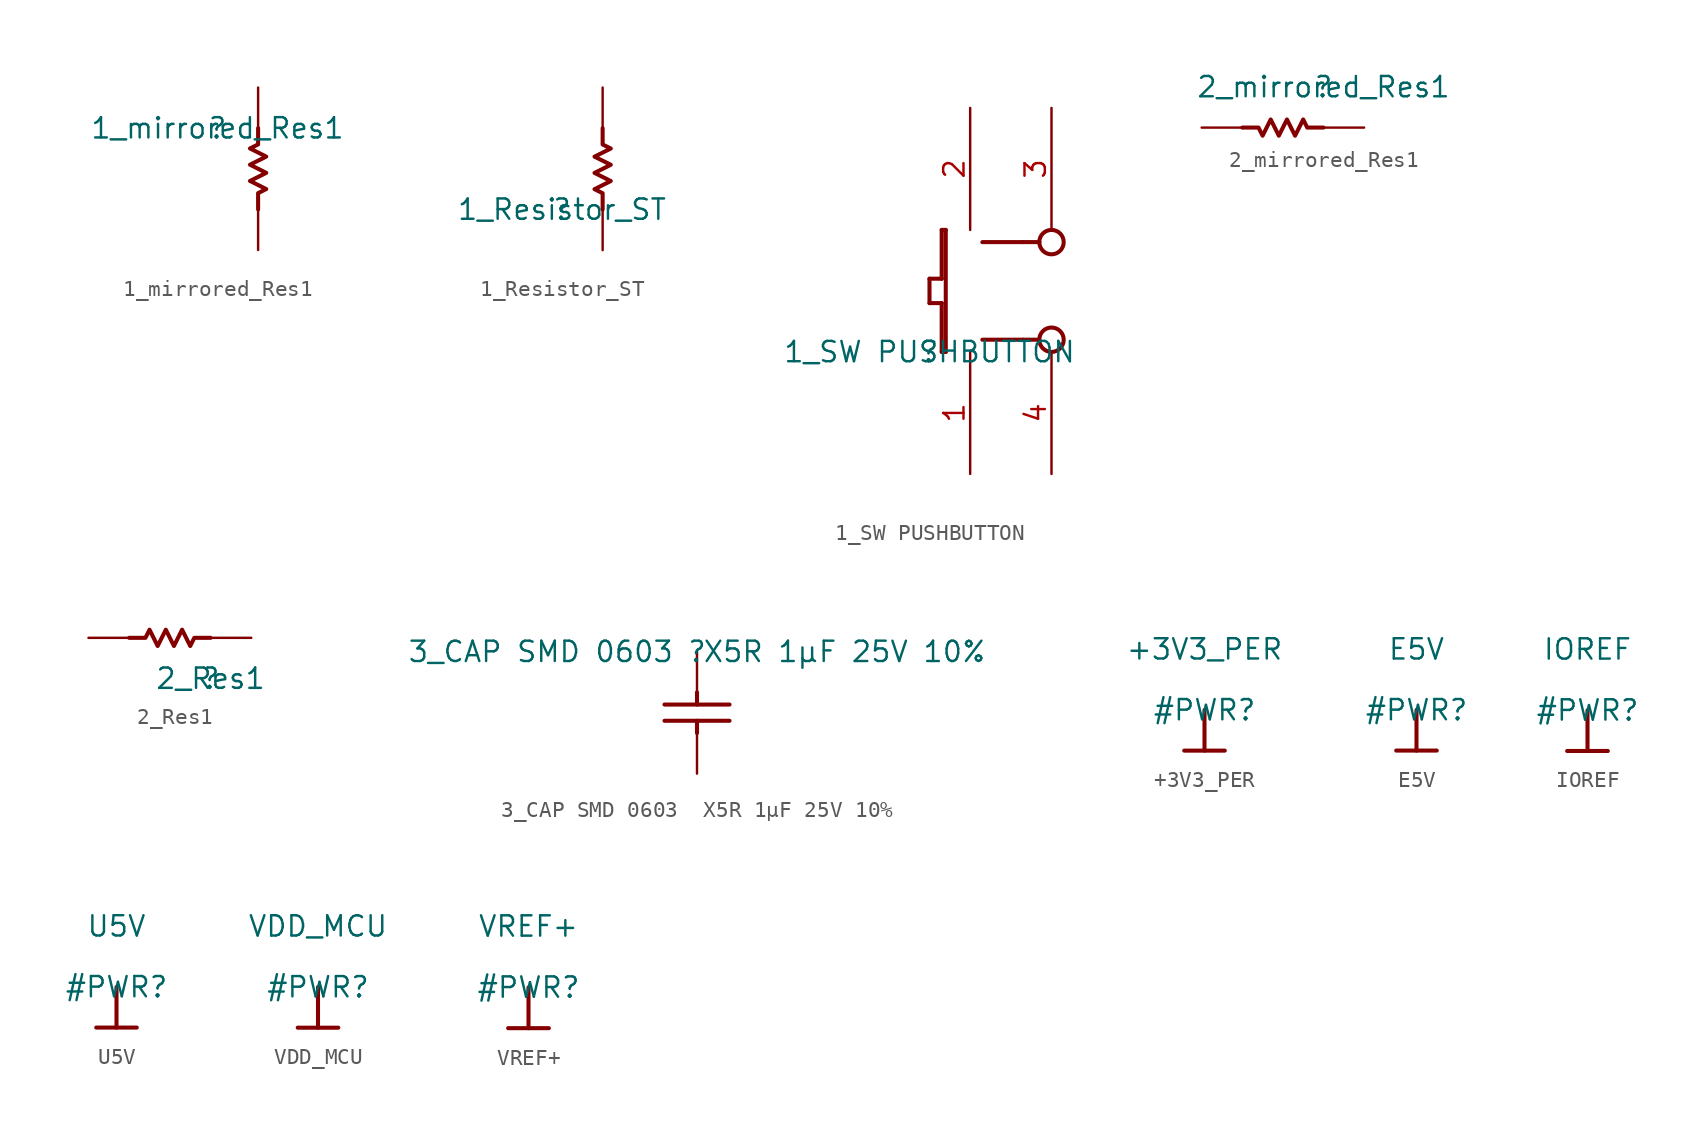
<source format=kicad_sym>
(kicad_symbol_lib
  (version 20211014)
  (generator kicad_symbol_editor)
  (symbol "1_mirrored_Res1"
    (property "Reference" ""
      (at 0 0 0)
      (effects (font (size 1.27 1.27))))
    (property "Value" "1_mirrored_Res1"
      (at 0 0 0)
      (effects (font (size 1.27 1.27))))
    (symbol "1_mirrored_Res1_1_0"
      (polyline (pts (xy 2.54 -5.08) (xy 2.54 -4.064) (xy 3.048 -3.81) (xy 2.032 -3.302) (xy 3.048 -2.794) (xy 2.032 -2.286) (xy 3.048 -1.778) (xy 2.032 -1.27) (xy 2.54 -1.016) (xy 2.54 0)) (stroke (width 0.254) (type default) (color 0 0 0 0)) (fill (type none)))
      (pin passive line (at 2.54 2.54 270) (length 2.54) (name "1" (effects (font (size 0 0)))) (number "1" (effects (font (size 0 0)))))
      (pin passive line (at 2.54 -7.62 90) (length 2.54) (name "2" (effects (font (size 0 0)))) (number "2" (effects (font (size 0 0)))))))
  (symbol "1_Resistor_ST"
    (property "Reference" ""
      (at 0 0 0)
      (effects (font (size 1.27 1.27))))
    (property "Value" "1_Resistor_ST"
      (at 0 0 0)
      (effects (font (size 1.27 1.27))))
    (symbol "1_Resistor_ST_1_0"
      (polyline (pts (xy 2.54 5.08) (xy 2.54 4.064) (xy 3.048 3.81) (xy 2.032 3.302) (xy 3.048 2.794) (xy 2.032 2.286) (xy 3.048 1.778) (xy 2.032 1.27) (xy 2.54 1.016) (xy 2.54 0)) (stroke (width 0.254) (type default) (color 0 0 0 0)) (fill (type none)))
      (pin passive line (at 2.54 -2.54 90) (length 2.54) (name "1" (effects (font (size 0 0)))) (number "1" (effects (font (size 0 0)))))
      (pin passive line (at 2.54 7.62 270) (length 2.54) (name "2" (effects (font (size 0 0)))) (number "2" (effects (font (size 0 0)))))))
  (symbol "1_SW PUSHBUTTON"
    (property "Reference" ""
      (at 0 0 0)
      (effects (font (size 1.27 1.27))))
    (property "Value" "1_SW PUSHBUTTON"
      (at 0 0 0)
      (effects (font (size 1.27 1.27))))
    (symbol "1_SW PUSHBUTTON_1_0"
      (polyline (pts (xy 0 3.048) (xy 0.762 3.048)) (stroke (width 0.254) (type default) (color 0 0 0 0)) (fill (type none)))
      (polyline (pts (xy 0 4.572) (xy 0 3.048)) (stroke (width 0.254) (type default) (color 0 0 0 0)) (fill (type none)))
      (polyline (pts (xy 0.762 0) (xy 1.016 0)) (stroke (width 0.254) (type default) (color 0 0 0 0)) (fill (type none)))
      (polyline (pts (xy 0.762 3.048) (xy 0.762 0)) (stroke (width 0.254) (type default) (color 0 0 0 0)) (fill (type none)))
      (polyline (pts (xy 0.762 4.572) (xy 0 4.572)) (stroke (width 0.254) (type default) (color 0 0 0 0)) (fill (type none)))
      (polyline (pts (xy 0.762 7.62) (xy 0.762 4.572)) (stroke (width 0.254) (type default) (color 0 0 0 0)) (fill (type none)))
      (polyline (pts (xy 1.016 0) (xy 1.016 7.62)) (stroke (width 0.254) (type default) (color 0 0 0 0)) (fill (type none)))
      (polyline (pts (xy 1.016 7.62) (xy 0.762 7.62)) (stroke (width 0.254) (type default) (color 0 0 0 0)) (fill (type none)))
      (polyline (pts (xy 3.302 0.762) (xy 5.842 0.762)) (stroke (width 0.254) (type default) (color 0 0 0 0)) (fill (type none)))
      (polyline (pts (xy 3.302 6.858) (xy 5.842 6.858)) (stroke (width 0.254) (type default) (color 0 0 0 0)) (fill (type none)))
      (polyline (pts (xy 5.842 0.762) (xy 6.858 0.762)) (stroke (width 0.254) (type default) (color 0 0 0 0)) (fill (type none)))
      (polyline (pts (xy 5.842 6.858) (xy 6.858 6.858)) (stroke (width 0.254) (type default) (color 0 0 0 0)) (fill (type none)))
      (circle (center 7.62 0.762) (radius 0.762) (stroke (width 0.254) (type default) (color 0 0 0 0)) (fill (type none)))
      (circle (center 7.62 6.858) (radius 0.762) (stroke (width 0.254) (type default) (color 0 0 0 0)) (fill (type none)))
      (pin passive line (at 2.54 -7.62 90) (length 7.62) (name "A0" (effects (font (size 0 0)))) (number "1" (effects (font (size 1.27 1.27)))))
      (pin passive line (at 2.54 15.24 270) (length 7.62) (name "B0" (effects (font (size 0 0)))) (number "2" (effects (font (size 1.27 1.27)))))
      (pin passive line (at 7.62 15.24 270) (length 7.62) (name "B1" (effects (font (size 0 0)))) (number "3" (effects (font (size 1.27 1.27)))))
      (pin passive line (at 7.62 -7.62 90) (length 7.62) (name "A1" (effects (font (size 0 0)))) (number "4" (effects (font (size 1.27 1.27)))))))
  (symbol "2_mirrored_Res1"
    (property "Reference" ""
      (at 0 0 0)
      (effects (font (size 1.27 1.27))))
    (property "Value" "2_mirrored_Res1"
      (at 0 0 0)
      (effects (font (size 1.27 1.27))))
    (symbol "2_mirrored_Res1_1_0"
      (polyline (pts (xy -5.08 -2.54) (xy -4.064 -2.54) (xy -3.81 -3.048) (xy -3.302 -2.032) (xy -2.794 -3.048) (xy -2.286 -2.032) (xy -1.778 -3.048) (xy -1.27 -2.032) (xy -1.016 -2.54) (xy 0 -2.54)) (stroke (width 0.254) (type default) (color 0 0 0 0)) (fill (type none)))
      (pin passive line (at 2.54 -2.54 180) (length 2.54) (name "1" (effects (font (size 0 0)))) (number "1" (effects (font (size 0 0)))))
      (pin passive line (at -7.62 -2.54 0) (length 2.54) (name "2" (effects (font (size 0 0)))) (number "2" (effects (font (size 0 0)))))))
  (symbol "2_Res1"
    (property "Reference" ""
      (at 0 0 0)
      (effects (font (size 1.27 1.27))))
    (property "Value" "2_Res1"
      (at 0 0 0)
      (effects (font (size 1.27 1.27))))
    (symbol "2_Res1_1_0"
      (polyline (pts (xy -5.08 2.54) (xy -4.064 2.54) (xy -3.81 3.048) (xy -3.302 2.032) (xy -2.794 3.048) (xy -2.286 2.032) (xy -1.778 3.048) (xy -1.27 2.032) (xy -1.016 2.54) (xy 0 2.54)) (stroke (width 0.254) (type default) (color 0 0 0 0)) (fill (type none)))
      (pin passive line (at 2.54 2.54 180) (length 2.54) (name "1" (effects (font (size 0 0)))) (number "1" (effects (font (size 0 0)))))
      (pin passive line (at -7.62 2.54 0) (length 2.54) (name "2" (effects (font (size 0 0)))) (number "2" (effects (font (size 0 0)))))))
  (symbol "3_CAP SMD 0603  X5R 1µF 25V 10%"
    (property "Reference" ""
      (at 0 0 0)
      (effects (font (size 1.27 1.27))))
    (property "Value" "3_CAP SMD 0603  X5R 1µF 25V 10%"
      (at 0 0 0)
      (effects (font (size 1.27 1.27))))
    (symbol "3_CAP SMD 0603  X5R 1µF 25V 10%_1_0"
      (polyline (pts (xy -2.032 -3.302) (xy 2.032 -3.302)) (stroke (width 0.254) (type default) (color 0 0 0 0)) (fill (type none)))
      (polyline (pts (xy 0 -5.08) (xy 0 -4.318)) (stroke (width 0.254) (type default) (color 0 0 0 0)) (fill (type none)))
      (polyline (pts (xy 0 -2.54) (xy 0 -3.302)) (stroke (width 0.254) (type default) (color 0 0 0 0)) (fill (type none)))
      (polyline (pts (xy 2.032 -4.318) (xy -2.032 -4.318)) (stroke (width 0.254) (type default) (color 0 0 0 0)) (fill (type none)))
      (pin passive line (at 0 0 270) (length 2.54) (name "1" (effects (font (size 0 0)))) (number "1" (effects (font (size 0 0)))))
      (pin passive line (at 0 -7.62 90) (length 2.54) (name "2" (effects (font (size 0 0)))) (number "2" (effects (font (size 0 0)))))))
  (symbol "+3V3_PER"
    (power)
    (property "Reference" "#PWR"
      (at 0 0 0)
      (effects (font (size 1.27 1.27))))
    (property "Value" "+3V3_PER"
      (at 0 3.81 0)
      (effects (font (size 1.27 1.27))))
    (symbol "+3V3_PER_0_0"
      (polyline (pts (xy -1.27 -2.54) (xy 1.27 -2.54)) (stroke (width 0.254) (type default) (color 0 0 0 0)) (fill (type none)))
      (polyline (pts (xy 0 0) (xy 0 -2.54)) (stroke (width 0.254) (type default) (color 0 0 0 0)) (fill (type none)))
      (pin power_in line (at 0 0 0) (length 0) hide (name "+3V3_PER" (effects (font (size 1.27 1.27)))) (number "" (effects (font (size 1.27 1.27)))))))
  (symbol "E5V"
    (power)
    (property "Reference" "#PWR"
      (at 0 0 0)
      (effects (font (size 1.27 1.27))))
    (property "Value" "E5V"
      (at 0 3.81 0)
      (effects (font (size 1.27 1.27))))
    (symbol "E5V_0_0"
      (polyline (pts (xy -1.27 -2.54) (xy 1.27 -2.54)) (stroke (width 0.254) (type default) (color 0 0 0 0)) (fill (type none)))
      (polyline (pts (xy 0 0) (xy 0 -2.54)) (stroke (width 0.254) (type default) (color 0 0 0 0)) (fill (type none)))
      (pin power_in line (at 0 0 0) (length 0) hide (name "E5V" (effects (font (size 1.27 1.27)))) (number "" (effects (font (size 1.27 1.27)))))))
  (symbol "IOREF"
    (power)
    (property "Reference" "#PWR"
      (at 0 0 0)
      (effects (font (size 1.27 1.27))))
    (property "Value" "IOREF"
      (at 0 3.81 0)
      (effects (font (size 1.27 1.27))))
    (symbol "IOREF_0_0"
      (polyline (pts (xy -1.27 -2.54) (xy 1.27 -2.54)) (stroke (width 0.254) (type default) (color 0 0 0 0)) (fill (type none)))
      (polyline (pts (xy 0 0) (xy 0 -2.54)) (stroke (width 0.254) (type default) (color 0 0 0 0)) (fill (type none)))
      (pin power_in line (at 0 0 0) (length 0) hide (name "IOREF" (effects (font (size 1.27 1.27)))) (number "" (effects (font (size 1.27 1.27)))))))
  (symbol "U5V"
    (power)
    (property "Reference" "#PWR"
      (at 0 0 0)
      (effects (font (size 1.27 1.27))))
    (property "Value" "U5V"
      (at 0 3.81 0)
      (effects (font (size 1.27 1.27))))
    (symbol "U5V_0_0"
      (polyline (pts (xy -1.27 -2.54) (xy 1.27 -2.54)) (stroke (width 0.254) (type default) (color 0 0 0 0)) (fill (type none)))
      (polyline (pts (xy 0 0) (xy 0 -2.54)) (stroke (width 0.254) (type default) (color 0 0 0 0)) (fill (type none)))
      (pin power_in line (at 0 0 0) (length 0) hide (name "U5V" (effects (font (size 1.27 1.27)))) (number "" (effects (font (size 1.27 1.27)))))))
  (symbol "VDD_MCU"
    (power)
    (property "Reference" "#PWR"
      (at 0 0 0)
      (effects (font (size 1.27 1.27))))
    (property "Value" "VDD_MCU"
      (at 0 3.81 0)
      (effects (font (size 1.27 1.27))))
    (symbol "VDD_MCU_0_0"
      (polyline (pts (xy -1.27 -2.54) (xy 1.27 -2.54)) (stroke (width 0.254) (type default) (color 0 0 0 0)) (fill (type none)))
      (polyline (pts (xy 0 0) (xy 0 -2.54)) (stroke (width 0.254) (type default) (color 0 0 0 0)) (fill (type none)))
      (pin power_in line (at 0 0 0) (length 0) hide (name "VDD_MCU" (effects (font (size 1.27 1.27)))) (number "" (effects (font (size 1.27 1.27)))))))
  (symbol "VREF+"
    (power)
    (property "Reference" "#PWR"
      (at 0 0 0)
      (effects (font (size 1.27 1.27))))
    (property "Value" "VREF+"
      (at 0 3.81 0)
      (effects (font (size 1.27 1.27))))
    (symbol "VREF+_0_0"
      (polyline (pts (xy -1.27 -2.54) (xy 1.27 -2.54)) (stroke (width 0.254) (type default) (color 0 0 0 0)) (fill (type none)))
      (polyline (pts (xy 0 0) (xy 0 -2.54)) (stroke (width 0.254) (type default) (color 0 0 0 0)) (fill (type none)))
      (pin power_in line (at 0 0 0) (length 0) hide (name "VREF+" (effects (font (size 1.27 1.27)))) (number "" (effects (font (size 1.27 1.27))))))))
</source>
